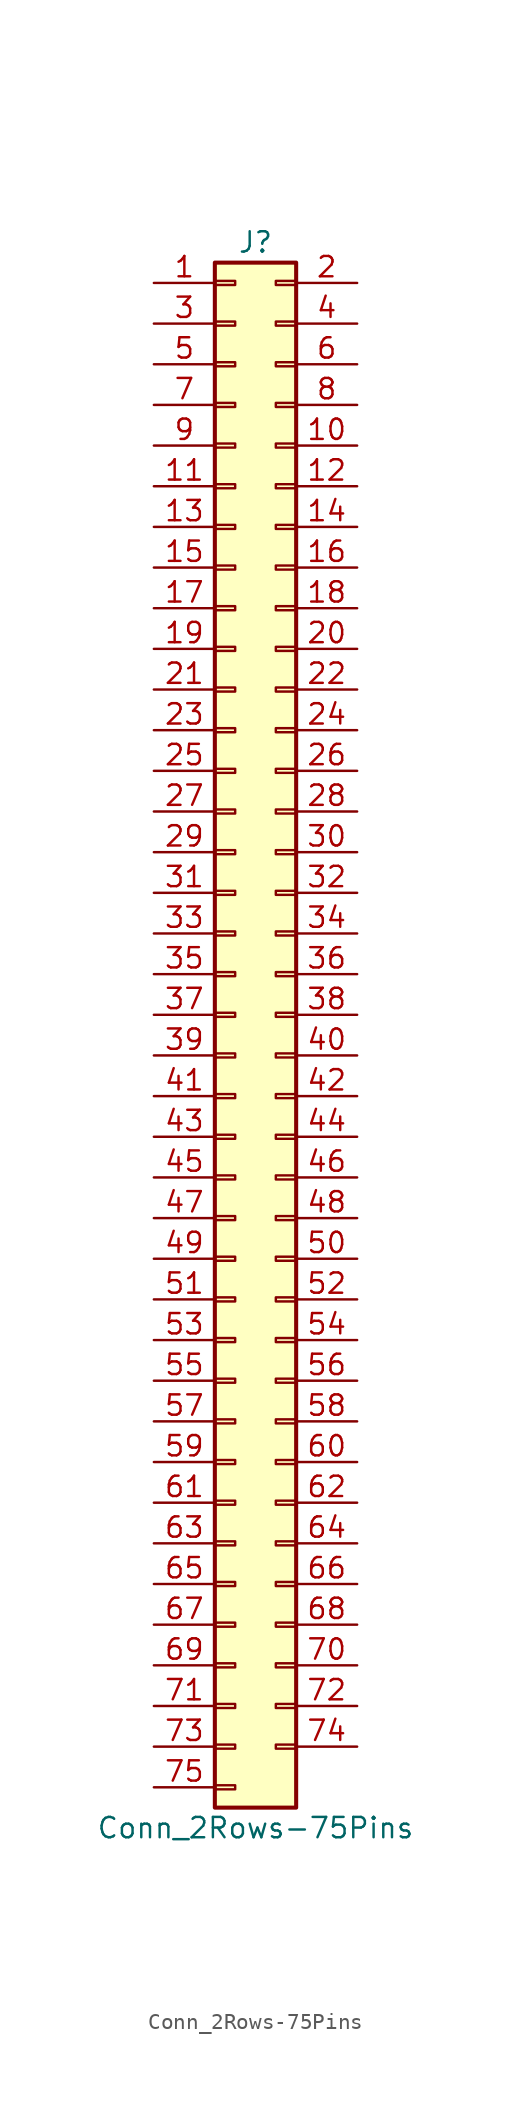
<source format=kicad_sym>
(kicad_symbol_lib
  (version 20200908)
  (generator kicad_symbol_editor)
  (symbol "Connector_Generic:Conn_2Rows-75Pins"
    (pin_names
      (offset 1.016) hide)
    (property "Reference" "J"
      (at 1.27 48.26 0)
      (effects (font (size 1.27 1.27))))
    (property "Value" "Conn_2Rows-75Pins"
      (at 1.27 -50.8 0)
      (effects (font (size 1.27 1.27))))
    (symbol "Conn_2Rows-75Pins_1_1"
      (rectangle (start -1.27 -27.813) (end 0 -28.067) (stroke (width 0.152)) (fill (type none)))
      (rectangle (start -1.27 -30.353) (end 0 -30.607) (stroke (width 0.152)) (fill (type none)))
      (rectangle (start -1.27 -32.893) (end 0 -33.147) (stroke (width 0.152)) (fill (type none)))
      (rectangle (start -1.27 -35.433) (end 0 -35.687) (stroke (width 0.152)) (fill (type none)))
      (rectangle (start -1.27 -37.973) (end 0 -38.227) (stroke (width 0.152)) (fill (type none)))
      (rectangle (start -1.27 -40.513) (end 0 -40.767) (stroke (width 0.152)) (fill (type none)))
      (rectangle (start -1.27 -43.053) (end 0 -43.307) (stroke (width 0.152)) (fill (type none)))
      (rectangle (start -1.27 -45.593) (end 0 -45.847) (stroke (width 0.152)) (fill (type none)))
      (rectangle (start -1.27 -48.133) (end 0 -48.387) (stroke (width 0.152)) (fill (type none)))
      (rectangle (start -1.27 -4.953) (end 0 -5.207) (stroke (width 0.152)) (fill (type none)))
      (rectangle (start -1.27 -7.493) (end 0 -7.747) (stroke (width 0.152)) (fill (type none)))
      (rectangle (start -1.27 -10.033) (end 0 -10.287) (stroke (width 0.152)) (fill (type none)))
      (rectangle (start -1.27 -12.573) (end 0 -12.827) (stroke (width 0.152)) (fill (type none)))
      (rectangle (start -1.27 -15.113) (end 0 -15.367) (stroke (width 0.152)) (fill (type none)))
      (rectangle (start -1.27 -17.653) (end 0 -17.907) (stroke (width 0.152)) (fill (type none)))
      (rectangle (start -1.27 -20.193) (end 0 -20.447) (stroke (width 0.152)) (fill (type none)))
      (rectangle (start -1.27 -22.733) (end 0 -22.987) (stroke (width 0.152)) (fill (type none)))
      (rectangle (start -1.27 -2.413) (end 0 -2.667) (stroke (width 0.152)) (fill (type none)))
      (rectangle (start -1.27 -25.273) (end 0 -25.527) (stroke (width 0.152)) (fill (type none)))
      (rectangle (start -1.27 25.527) (end 0 25.273) (stroke (width 0.152)) (fill (type none)))
      (rectangle (start -1.27 2.667) (end 0 2.413) (stroke (width 0.152)) (fill (type none)))
      (rectangle (start -1.27 28.067) (end 0 27.813) (stroke (width 0.152)) (fill (type none)))
      (rectangle (start -1.27 30.607) (end 0 30.353) (stroke (width 0.152)) (fill (type none)))
      (rectangle (start -1.27 33.147) (end 0 32.893) (stroke (width 0.152)) (fill (type none)))
      (rectangle (start -1.27 35.687) (end 0 35.433) (stroke (width 0.152)) (fill (type none)))
      (rectangle (start -1.27 38.227) (end 0 37.973) (stroke (width 0.152)) (fill (type none)))
      (rectangle (start -1.27 40.767) (end 0 40.513) (stroke (width 0.152)) (fill (type none)))
      (rectangle (start -1.27 43.307) (end 0 43.053) (stroke (width 0.152)) (fill (type none)))
      (rectangle (start -1.27 45.847) (end 0 45.593) (stroke (width 0.152)) (fill (type none)))
      (rectangle (start -1.27 46.99) (end 3.81 -49.53) (stroke (width 0.254)) (fill (type background)))
      (rectangle (start -1.27 5.207) (end 0 4.953) (stroke (width 0.152)) (fill (type none)))
      (rectangle (start -1.27 7.747) (end 0 7.493) (stroke (width 0.152)) (fill (type none)))
      (rectangle (start -1.27 10.287) (end 0 10.033) (stroke (width 0.152)) (fill (type none)))
      (rectangle (start -1.27 0.127) (end 0 -0.127) (stroke (width 0.152)) (fill (type none)))
      (rectangle (start -1.27 12.827) (end 0 12.573) (stroke (width 0.152)) (fill (type none)))
      (rectangle (start -1.27 15.367) (end 0 15.113) (stroke (width 0.152)) (fill (type none)))
      (rectangle (start -1.27 17.907) (end 0 17.653) (stroke (width 0.152)) (fill (type none)))
      (rectangle (start -1.27 20.447) (end 0 20.193) (stroke (width 0.152)) (fill (type none)))
      (rectangle (start -1.27 22.987) (end 0 22.733) (stroke (width 0.152)) (fill (type none)))
      (rectangle (start 3.81 -27.813) (end 2.54 -28.067) (stroke (width 0.152)) (fill (type none)))
      (rectangle (start 3.81 -30.353) (end 2.54 -30.607) (stroke (width 0.152)) (fill (type none)))
      (rectangle (start 3.81 -32.893) (end 2.54 -33.147) (stroke (width 0.152)) (fill (type none)))
      (rectangle (start 3.81 -35.433) (end 2.54 -35.687) (stroke (width 0.152)) (fill (type none)))
      (rectangle (start 3.81 -37.973) (end 2.54 -38.227) (stroke (width 0.152)) (fill (type none)))
      (rectangle (start 3.81 -40.513) (end 2.54 -40.767) (stroke (width 0.152)) (fill (type none)))
      (rectangle (start 3.81 -43.053) (end 2.54 -43.307) (stroke (width 0.152)) (fill (type none)))
      (rectangle (start 3.81 -45.593) (end 2.54 -45.847) (stroke (width 0.152)) (fill (type none)))
      (rectangle (start 3.81 -4.953) (end 2.54 -5.207) (stroke (width 0.152)) (fill (type none)))
      (rectangle (start 3.81 -7.493) (end 2.54 -7.747) (stroke (width 0.152)) (fill (type none)))
      (rectangle (start 3.81 -10.033) (end 2.54 -10.287) (stroke (width 0.152)) (fill (type none)))
      (rectangle (start 3.81 -12.573) (end 2.54 -12.827) (stroke (width 0.152)) (fill (type none)))
      (rectangle (start 3.81 -15.113) (end 2.54 -15.367) (stroke (width 0.152)) (fill (type none)))
      (rectangle (start 3.81 -17.653) (end 2.54 -17.907) (stroke (width 0.152)) (fill (type none)))
      (rectangle (start 3.81 -20.193) (end 2.54 -20.447) (stroke (width 0.152)) (fill (type none)))
      (rectangle (start 3.81 -22.733) (end 2.54 -22.987) (stroke (width 0.152)) (fill (type none)))
      (rectangle (start 3.81 -2.413) (end 2.54 -2.667) (stroke (width 0.152)) (fill (type none)))
      (rectangle (start 3.81 -25.273) (end 2.54 -25.527) (stroke (width 0.152)) (fill (type none)))
      (rectangle (start 3.81 25.527) (end 2.54 25.273) (stroke (width 0.152)) (fill (type none)))
      (rectangle (start 3.81 2.667) (end 2.54 2.413) (stroke (width 0.152)) (fill (type none)))
      (rectangle (start 3.81 28.067) (end 2.54 27.813) (stroke (width 0.152)) (fill (type none)))
      (rectangle (start 3.81 30.607) (end 2.54 30.353) (stroke (width 0.152)) (fill (type none)))
      (rectangle (start 3.81 33.147) (end 2.54 32.893) (stroke (width 0.152)) (fill (type none)))
      (rectangle (start 3.81 35.687) (end 2.54 35.433) (stroke (width 0.152)) (fill (type none)))
      (rectangle (start 3.81 38.227) (end 2.54 37.973) (stroke (width 0.152)) (fill (type none)))
      (rectangle (start 3.81 40.767) (end 2.54 40.513) (stroke (width 0.152)) (fill (type none)))
      (rectangle (start 3.81 43.307) (end 2.54 43.053) (stroke (width 0.152)) (fill (type none)))
      (rectangle (start 3.81 45.847) (end 2.54 45.593) (stroke (width 0.152)) (fill (type none)))
      (rectangle (start 3.81 5.207) (end 2.54 4.953) (stroke (width 0.152)) (fill (type none)))
      (rectangle (start 3.81 7.747) (end 2.54 7.493) (stroke (width 0.152)) (fill (type none)))
      (rectangle (start 3.81 10.287) (end 2.54 10.033) (stroke (width 0.152)) (fill (type none)))
      (rectangle (start 3.81 0.127) (end 2.54 -0.127) (stroke (width 0.152)) (fill (type none)))
      (rectangle (start 3.81 12.827) (end 2.54 12.573) (stroke (width 0.152)) (fill (type none)))
      (rectangle (start 3.81 15.367) (end 2.54 15.113) (stroke (width 0.152)) (fill (type none)))
      (rectangle (start 3.81 17.907) (end 2.54 17.653) (stroke (width 0.152)) (fill (type none)))
      (rectangle (start 3.81 20.447) (end 2.54 20.193) (stroke (width 0.152)) (fill (type none)))
      (rectangle (start 3.81 22.987) (end 2.54 22.733) (stroke (width 0.152)) (fill (type none)))
      (pin passive line (at -5.08 45.72 0) (length 3.81) (name "Pin_1" (effects (font (size 1.27 1.27)))) (number "1" (effects (font (size 1.27 1.27)))))
      (pin passive line (at 7.62 35.56 180) (length 3.81) (name "Pin_10" (effects (font (size 1.27 1.27)))) (number "10" (effects (font (size 1.27 1.27)))))
      (pin passive line (at -5.08 33.02 0) (length 3.81) (name "Pin_11" (effects (font (size 1.27 1.27)))) (number "11" (effects (font (size 1.27 1.27)))))
      (pin passive line (at 7.62 33.02 180) (length 3.81) (name "Pin_12" (effects (font (size 1.27 1.27)))) (number "12" (effects (font (size 1.27 1.27)))))
      (pin passive line (at -5.08 30.48 0) (length 3.81) (name "Pin_13" (effects (font (size 1.27 1.27)))) (number "13" (effects (font (size 1.27 1.27)))))
      (pin passive line (at 7.62 30.48 180) (length 3.81) (name "Pin_14" (effects (font (size 1.27 1.27)))) (number "14" (effects (font (size 1.27 1.27)))))
      (pin passive line (at -5.08 27.94 0) (length 3.81) (name "Pin_15" (effects (font (size 1.27 1.27)))) (number "15" (effects (font (size 1.27 1.27)))))
      (pin passive line (at 7.62 27.94 180) (length 3.81) (name "Pin_16" (effects (font (size 1.27 1.27)))) (number "16" (effects (font (size 1.27 1.27)))))
      (pin passive line (at -5.08 25.4 0) (length 3.81) (name "Pin_17" (effects (font (size 1.27 1.27)))) (number "17" (effects (font (size 1.27 1.27)))))
      (pin passive line (at 7.62 25.4 180) (length 3.81) (name "Pin_18" (effects (font (size 1.27 1.27)))) (number "18" (effects (font (size 1.27 1.27)))))
      (pin passive line (at -5.08 22.86 0) (length 3.81) (name "Pin_19" (effects (font (size 1.27 1.27)))) (number "19" (effects (font (size 1.27 1.27)))))
      (pin passive line (at 7.62 45.72 180) (length 3.81) (name "Pin_2" (effects (font (size 1.27 1.27)))) (number "2" (effects (font (size 1.27 1.27)))))
      (pin passive line (at 7.62 22.86 180) (length 3.81) (name "Pin_20" (effects (font (size 1.27 1.27)))) (number "20" (effects (font (size 1.27 1.27)))))
      (pin passive line (at -5.08 20.32 0) (length 3.81) (name "Pin_21" (effects (font (size 1.27 1.27)))) (number "21" (effects (font (size 1.27 1.27)))))
      (pin passive line (at 7.62 20.32 180) (length 3.81) (name "Pin_22" (effects (font (size 1.27 1.27)))) (number "22" (effects (font (size 1.27 1.27)))))
      (pin passive line (at -5.08 17.78 0) (length 3.81) (name "Pin_23" (effects (font (size 1.27 1.27)))) (number "23" (effects (font (size 1.27 1.27)))))
      (pin passive line (at 7.62 17.78 180) (length 3.81) (name "Pin_24" (effects (font (size 1.27 1.27)))) (number "24" (effects (font (size 1.27 1.27)))))
      (pin passive line (at -5.08 15.24 0) (length 3.81) (name "Pin_25" (effects (font (size 1.27 1.27)))) (number "25" (effects (font (size 1.27 1.27)))))
      (pin passive line (at 7.62 15.24 180) (length 3.81) (name "Pin_26" (effects (font (size 1.27 1.27)))) (number "26" (effects (font (size 1.27 1.27)))))
      (pin passive line (at -5.08 12.7 0) (length 3.81) (name "Pin_27" (effects (font (size 1.27 1.27)))) (number "27" (effects (font (size 1.27 1.27)))))
      (pin passive line (at 7.62 12.7 180) (length 3.81) (name "Pin_28" (effects (font (size 1.27 1.27)))) (number "28" (effects (font (size 1.27 1.27)))))
      (pin passive line (at -5.08 10.16 0) (length 3.81) (name "Pin_29" (effects (font (size 1.27 1.27)))) (number "29" (effects (font (size 1.27 1.27)))))
      (pin passive line (at -5.08 43.18 0) (length 3.81) (name "Pin_3" (effects (font (size 1.27 1.27)))) (number "3" (effects (font (size 1.27 1.27)))))
      (pin passive line (at 7.62 10.16 180) (length 3.81) (name "Pin_30" (effects (font (size 1.27 1.27)))) (number "30" (effects (font (size 1.27 1.27)))))
      (pin passive line (at -5.08 7.62 0) (length 3.81) (name "Pin_31" (effects (font (size 1.27 1.27)))) (number "31" (effects (font (size 1.27 1.27)))))
      (pin passive line (at 7.62 7.62 180) (length 3.81) (name "Pin_32" (effects (font (size 1.27 1.27)))) (number "32" (effects (font (size 1.27 1.27)))))
      (pin passive line (at -5.08 5.08 0) (length 3.81) (name "Pin_33" (effects (font (size 1.27 1.27)))) (number "33" (effects (font (size 1.27 1.27)))))
      (pin passive line (at 7.62 5.08 180) (length 3.81) (name "Pin_34" (effects (font (size 1.27 1.27)))) (number "34" (effects (font (size 1.27 1.27)))))
      (pin passive line (at -5.08 2.54 0) (length 3.81) (name "Pin_35" (effects (font (size 1.27 1.27)))) (number "35" (effects (font (size 1.27 1.27)))))
      (pin passive line (at 7.62 2.54 180) (length 3.81) (name "Pin_36" (effects (font (size 1.27 1.27)))) (number "36" (effects (font (size 1.27 1.27)))))
      (pin passive line (at -5.08 0 0) (length 3.81) (name "Pin_37" (effects (font (size 1.27 1.27)))) (number "37" (effects (font (size 1.27 1.27)))))
      (pin passive line (at 7.62 0 180) (length 3.81) (name "Pin_38" (effects (font (size 1.27 1.27)))) (number "38" (effects (font (size 1.27 1.27)))))
      (pin passive line (at -5.08 -2.54 0) (length 3.81) (name "Pin_39" (effects (font (size 1.27 1.27)))) (number "39" (effects (font (size 1.27 1.27)))))
      (pin passive line (at 7.62 43.18 180) (length 3.81) (name "Pin_4" (effects (font (size 1.27 1.27)))) (number "4" (effects (font (size 1.27 1.27)))))
      (pin passive line (at 7.62 -2.54 180) (length 3.81) (name "Pin_40" (effects (font (size 1.27 1.27)))) (number "40" (effects (font (size 1.27 1.27)))))
      (pin passive line (at -5.08 -5.08 0) (length 3.81) (name "Pin_41" (effects (font (size 1.27 1.27)))) (number "41" (effects (font (size 1.27 1.27)))))
      (pin passive line (at 7.62 -5.08 180) (length 3.81) (name "Pin_42" (effects (font (size 1.27 1.27)))) (number "42" (effects (font (size 1.27 1.27)))))
      (pin passive line (at -5.08 -7.62 0) (length 3.81) (name "Pin_43" (effects (font (size 1.27 1.27)))) (number "43" (effects (font (size 1.27 1.27)))))
      (pin passive line (at 7.62 -7.62 180) (length 3.81) (name "Pin_44" (effects (font (size 1.27 1.27)))) (number "44" (effects (font (size 1.27 1.27)))))
      (pin passive line (at -5.08 -10.16 0) (length 3.81) (name "Pin_45" (effects (font (size 1.27 1.27)))) (number "45" (effects (font (size 1.27 1.27)))))
      (pin passive line (at 7.62 -10.16 180) (length 3.81) (name "Pin_46" (effects (font (size 1.27 1.27)))) (number "46" (effects (font (size 1.27 1.27)))))
      (pin passive line (at -5.08 -12.7 0) (length 3.81) (name "Pin_47" (effects (font (size 1.27 1.27)))) (number "47" (effects (font (size 1.27 1.27)))))
      (pin passive line (at 7.62 -12.7 180) (length 3.81) (name "Pin_48" (effects (font (size 1.27 1.27)))) (number "48" (effects (font (size 1.27 1.27)))))
      (pin passive line (at -5.08 -15.24 0) (length 3.81) (name "Pin_49" (effects (font (size 1.27 1.27)))) (number "49" (effects (font (size 1.27 1.27)))))
      (pin passive line (at -5.08 40.64 0) (length 3.81) (name "Pin_5" (effects (font (size 1.27 1.27)))) (number "5" (effects (font (size 1.27 1.27)))))
      (pin passive line (at 7.62 -15.24 180) (length 3.81) (name "Pin_50" (effects (font (size 1.27 1.27)))) (number "50" (effects (font (size 1.27 1.27)))))
      (pin passive line (at -5.08 -17.78 0) (length 3.81) (name "Pin_51" (effects (font (size 1.27 1.27)))) (number "51" (effects (font (size 1.27 1.27)))))
      (pin passive line (at 7.62 -17.78 180) (length 3.81) (name "Pin_52" (effects (font (size 1.27 1.27)))) (number "52" (effects (font (size 1.27 1.27)))))
      (pin passive line (at -5.08 -20.32 0) (length 3.81) (name "Pin_53" (effects (font (size 1.27 1.27)))) (number "53" (effects (font (size 1.27 1.27)))))
      (pin passive line (at 7.62 -20.32 180) (length 3.81) (name "Pin_54" (effects (font (size 1.27 1.27)))) (number "54" (effects (font (size 1.27 1.27)))))
      (pin passive line (at -5.08 -22.86 0) (length 3.81) (name "Pin_55" (effects (font (size 1.27 1.27)))) (number "55" (effects (font (size 1.27 1.27)))))
      (pin passive line (at 7.62 -22.86 180) (length 3.81) (name "Pin_56" (effects (font (size 1.27 1.27)))) (number "56" (effects (font (size 1.27 1.27)))))
      (pin passive line (at -5.08 -25.4 0) (length 3.81) (name "Pin_57" (effects (font (size 1.27 1.27)))) (number "57" (effects (font (size 1.27 1.27)))))
      (pin passive line (at 7.62 -25.4 180) (length 3.81) (name "Pin_58" (effects (font (size 1.27 1.27)))) (number "58" (effects (font (size 1.27 1.27)))))
      (pin passive line (at -5.08 -27.94 0) (length 3.81) (name "Pin_59" (effects (font (size 1.27 1.27)))) (number "59" (effects (font (size 1.27 1.27)))))
      (pin passive line (at 7.62 40.64 180) (length 3.81) (name "Pin_6" (effects (font (size 1.27 1.27)))) (number "6" (effects (font (size 1.27 1.27)))))
      (pin passive line (at 7.62 -27.94 180) (length 3.81) (name "Pin_60" (effects (font (size 1.27 1.27)))) (number "60" (effects (font (size 1.27 1.27)))))
      (pin passive line (at -5.08 -30.48 0) (length 3.81) (name "Pin_61" (effects (font (size 1.27 1.27)))) (number "61" (effects (font (size 1.27 1.27)))))
      (pin passive line (at 7.62 -30.48 180) (length 3.81) (name "Pin_62" (effects (font (size 1.27 1.27)))) (number "62" (effects (font (size 1.27 1.27)))))
      (pin passive line (at -5.08 -33.02 0) (length 3.81) (name "Pin_63" (effects (font (size 1.27 1.27)))) (number "63" (effects (font (size 1.27 1.27)))))
      (pin passive line (at 7.62 -33.02 180) (length 3.81) (name "Pin_64" (effects (font (size 1.27 1.27)))) (number "64" (effects (font (size 1.27 1.27)))))
      (pin passive line (at -5.08 -35.56 0) (length 3.81) (name "Pin_65" (effects (font (size 1.27 1.27)))) (number "65" (effects (font (size 1.27 1.27)))))
      (pin passive line (at 7.62 -35.56 180) (length 3.81) (name "Pin_66" (effects (font (size 1.27 1.27)))) (number "66" (effects (font (size 1.27 1.27)))))
      (pin passive line (at -5.08 -38.1 0) (length 3.81) (name "Pin_67" (effects (font (size 1.27 1.27)))) (number "67" (effects (font (size 1.27 1.27)))))
      (pin passive line (at 7.62 -38.1 180) (length 3.81) (name "Pin_68" (effects (font (size 1.27 1.27)))) (number "68" (effects (font (size 1.27 1.27)))))
      (pin passive line (at -5.08 -40.64 0) (length 3.81) (name "Pin_69" (effects (font (size 1.27 1.27)))) (number "69" (effects (font (size 1.27 1.27)))))
      (pin passive line (at -5.08 38.1 0) (length 3.81) (name "Pin_7" (effects (font (size 1.27 1.27)))) (number "7" (effects (font (size 1.27 1.27)))))
      (pin passive line (at 7.62 -40.64 180) (length 3.81) (name "Pin_70" (effects (font (size 1.27 1.27)))) (number "70" (effects (font (size 1.27 1.27)))))
      (pin passive line (at -5.08 -43.18 0) (length 3.81) (name "Pin_71" (effects (font (size 1.27 1.27)))) (number "71" (effects (font (size 1.27 1.27)))))
      (pin passive line (at 7.62 -43.18 180) (length 3.81) (name "Pin_72" (effects (font (size 1.27 1.27)))) (number "72" (effects (font (size 1.27 1.27)))))
      (pin passive line (at -5.08 -45.72 0) (length 3.81) (name "Pin_73" (effects (font (size 1.27 1.27)))) (number "73" (effects (font (size 1.27 1.27)))))
      (pin passive line (at 7.62 -45.72 180) (length 3.81) (name "Pin_74" (effects (font (size 1.27 1.27)))) (number "74" (effects (font (size 1.27 1.27)))))
      (pin passive line (at -5.08 -48.26 0) (length 3.81) (name "Pin_75" (effects (font (size 1.27 1.27)))) (number "75" (effects (font (size 1.27 1.27)))))
      (pin passive line (at 7.62 38.1 180) (length 3.81) (name "Pin_8" (effects (font (size 1.27 1.27)))) (number "8" (effects (font (size 1.27 1.27)))))
      (pin passive line (at -5.08 35.56 0) (length 3.81) (name "Pin_9" (effects (font (size 1.27 1.27)))) (number "9" (effects (font (size 1.27 1.27))))))))
</source>
